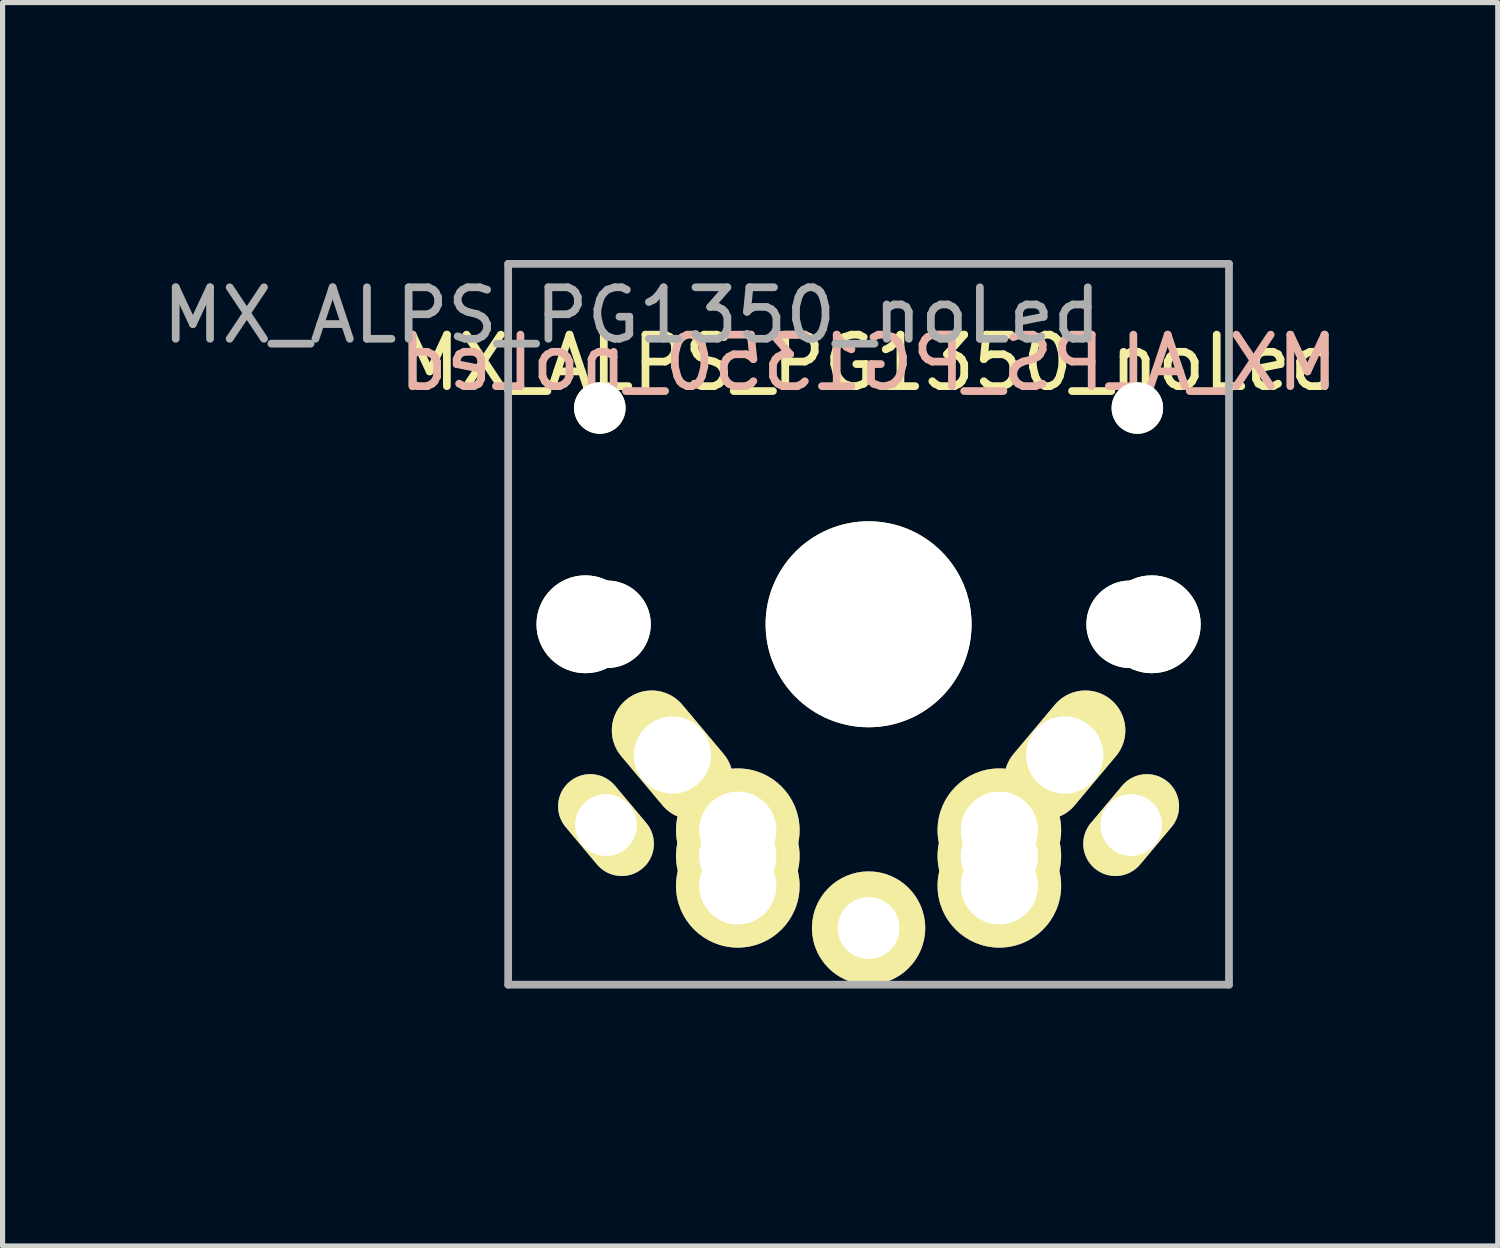
<source format=kicad_pcb>
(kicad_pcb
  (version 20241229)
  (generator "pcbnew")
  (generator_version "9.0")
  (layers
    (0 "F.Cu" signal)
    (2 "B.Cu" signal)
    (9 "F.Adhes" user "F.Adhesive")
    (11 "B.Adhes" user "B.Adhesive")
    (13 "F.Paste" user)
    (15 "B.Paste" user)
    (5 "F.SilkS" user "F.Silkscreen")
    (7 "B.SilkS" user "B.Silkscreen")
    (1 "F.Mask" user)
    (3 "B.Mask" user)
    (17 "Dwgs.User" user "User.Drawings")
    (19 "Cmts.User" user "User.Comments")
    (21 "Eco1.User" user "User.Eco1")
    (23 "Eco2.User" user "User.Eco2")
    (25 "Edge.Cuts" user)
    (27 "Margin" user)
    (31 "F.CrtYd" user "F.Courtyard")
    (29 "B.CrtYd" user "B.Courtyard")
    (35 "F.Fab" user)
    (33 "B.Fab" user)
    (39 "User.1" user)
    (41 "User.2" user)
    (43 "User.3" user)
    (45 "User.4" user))
  (footprint "MX_ALPS_PG1350_noLed"
    (layer "F.Cu")
    (at 13.82 9.075)
    (property "Reference" "MX_ALPS_PG1350_noLed" (at -4.6 -6 180) (layer "F.Fab") (effects (font (size 1 1) (thickness 0.15))))
    (attr through_hole)
    (fp_line (start -9 -9) (end 9 -9) (stroke (width 0.15) (type solid)) (layer "Eco2.User"))
    (fp_line (start -9 9) (end -9 -9) (stroke (width 0.15) (type solid)) (layer "Eco2.User"))
    (fp_line (start -7 -7) (end 7 -7) (stroke (width 0.15) (type solid)) (layer "Eco2.User"))
    (fp_line (start -7 7) (end -7 -7) (stroke (width 0.15) (type solid)) (layer "Eco2.User"))
    (fp_line (start 7 -7) (end 7 7) (stroke (width 0.15) (type solid)) (layer "Eco2.User"))
    (fp_line (start 7 7) (end -7 7) (stroke (width 0.15) (type solid)) (layer "Eco2.User"))
    (fp_line (start 9 -9) (end 9 9) (stroke (width 0.15) (type solid)) (layer "Eco2.User"))
    (fp_line (start 9 9) (end -9 9) (stroke (width 0.15) (type solid)) (layer "Eco2.User"))
    (fp_line (start -7 -7) (end -7 7) (stroke (width 0.15) (type solid)) (layer "F.Fab"))
    (fp_line (start -7 7) (end 7 7) (stroke (width 0.15) (type solid)) (layer "F.Fab"))
    (fp_line (start 7 -7) (end -7 -7) (stroke (width 0.15) (type solid)) (layer "F.Fab"))
    (fp_line (start 7 7) (end 7 -7) (stroke (width 0.15) (type solid)) (layer "F.Fab"))
    (fp_text user "${REFERENCE}" (at 0 -5.08 180) (layer "F.SilkS") (effects (font (size 1 1) (thickness 0.15))))
    (fp_text user "${REFERENCE}" (at 0 -5.08 180) (layer "B.SilkS") (effects (font (size 1 1) (thickness 0.15)) (justify mirror)))
    (pad "" np_thru_hole circle (at -5.5 0 270) (size 1.9 1.9) (drill 1.9) (layers "*.Cu" "*.Mask" "F.SilkS"))
    (pad "" np_thru_hole circle (at -5.22 -4.2 180) (size 1 1) (drill 1) (layers "*.Cu" "*.Mask" "F.SilkS"))
    (pad "" np_thru_hole circle (at -5.08 0 180) (size 1.7 1.7) (drill 1.7) (layers "*.Cu" "*.Mask" "F.SilkS"))
    (pad "" np_thru_hole circle (at 0 0 270) (size 4 4) (drill 4) (layers "*.Cu" "*.Mask" "F.SilkS"))
    (pad "" np_thru_hole circle (at 5.08 0 180) (size 1.7 1.7) (drill 1.7) (layers "*.Cu" "*.Mask" "F.SilkS"))
    (pad "" np_thru_hole circle (at 5.22 -4.2 180) (size 1 1) (drill 1) (layers "*.Cu" "*.Mask" "F.SilkS"))
    (pad "" np_thru_hole circle (at 5.5 0 270) (size 1.9 1.9) (drill 1.9) (layers "*.Cu" "*.Mask" "F.SilkS"))
    (pad "1" thru_hole oval (at -5.1 3.9 130) (size 2.2 1.25) (drill 1.2) (layers "*.Cu" "*.Mask" "F.SilkS"))
    (pad "1" thru_hole circle (at 2.54 4 180) (size 2.4 2.4) (drill 1.5) (layers "*.Cu" "*.Mask" "F.SilkS"))
    (pad "1" thru_hole circle (at 2.54 4.5 180) (size 2.4 2.4) (drill 1.5) (layers "*.Cu" "*.Mask" "F.SilkS"))
    (pad "1" thru_hole circle (at 2.54 5.08 180) (size 2.4 2.4) (drill 1.5) (layers "*.Cu" "*.Mask" "F.SilkS"))
    (pad "1" thru_hole oval (at 3.81 2.54 230) (size 2.8 1.55) (drill 1.5) (layers "*.Cu" "*.Mask" "F.SilkS"))
    (pad "1" thru_hole oval (at 5.1 3.9 230) (size 2.2 1.25) (drill 1.2) (layers "*.Cu" "*.Mask" "F.SilkS"))
    (pad "2" thru_hole oval (at -3.81 2.54 130) (size 2.8 1.55) (drill 1.5) (layers "*.Cu" "*.Mask" "F.SilkS"))
    (pad "2" thru_hole circle (at -2.54 4 180) (size 2.4 2.4) (drill 1.5) (layers "*.Cu" "*.Mask" "F.SilkS"))
    (pad "2" thru_hole circle (at -2.54 4.5 180) (size 2.4 2.4) (drill 1.5) (layers "*.Cu" "*.Mask" "F.SilkS"))
    (pad "2" thru_hole circle (at -2.54 5.08 180) (size 2.4 2.4) (drill 1.5) (layers "*.Cu" "*.Mask" "F.SilkS"))
    (pad "2" thru_hole circle (at 0 5.9 270) (size 2.2 2.2) (drill 1.2) (layers "*.Cu" "*.Mask" "F.SilkS")))
  (gr_rect
    (start -3 -3)
    (end 26.04 21.15)
    (stroke (width 0.1) (type default))
    (fill no)
    (layer "Edge.Cuts")))
</source>
